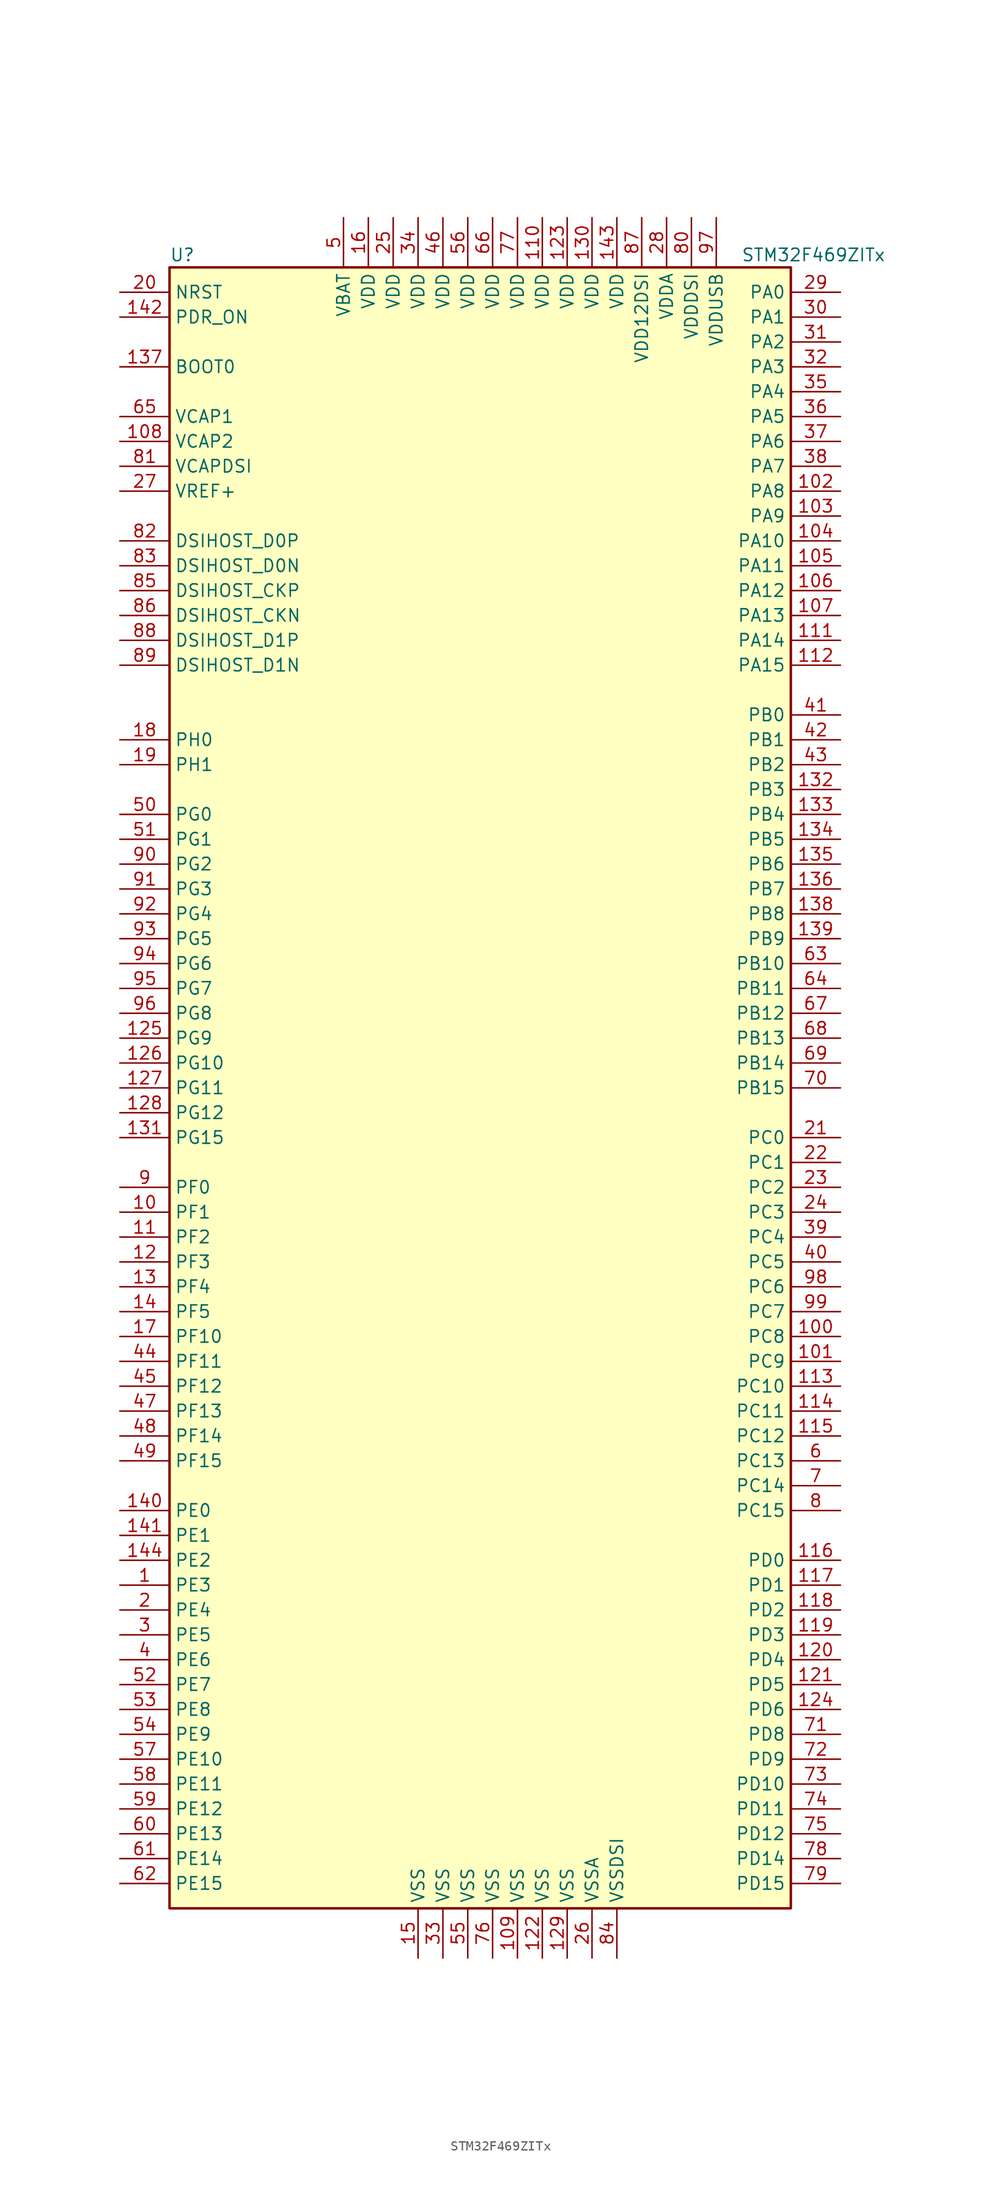
<source format=kicad_sym>
(kicad_symbol_lib
  (version 20201005)
  (generator kicad_symbol_editor)
  (symbol "STM32F469ZITx"
    (property "Reference" "U"
      (at -33.02 85.09 0)
      (effects (font (size 1.27 1.27)) (justify left)))
    (property "Value" "STM32F469ZITx"
      (at 25.4 85.09 0)
      (effects (font (size 1.27 1.27)) (justify left)))
    (symbol "STM32F469ZITx_0_1"
      (rectangle (start -33.02 -83.82) (end 30.48 83.82) (stroke (width 0.254)) (fill (type background))))
    (symbol "STM32F469ZITx_1_1"
      (pin bidirectional line (at -38.1 -50.8 0) (length 5.08) (name "PE3" (effects (font (size 1.27 1.27)))) (number "1" (effects (font (size 1.27 1.27)))))
      (pin bidirectional line (at -38.1 -12.7 0) (length 5.08) (name "PF1" (effects (font (size 1.27 1.27)))) (number "10" (effects (font (size 1.27 1.27)))))
      (pin bidirectional line (at 35.56 -25.4 180) (length 5.08) (name "PC8" (effects (font (size 1.27 1.27)))) (number "100" (effects (font (size 1.27 1.27)))))
      (pin bidirectional line (at 35.56 -27.94 180) (length 5.08) (name "PC9" (effects (font (size 1.27 1.27)))) (number "101" (effects (font (size 1.27 1.27)))))
      (pin bidirectional line (at 35.56 60.96 180) (length 5.08) (name "PA8" (effects (font (size 1.27 1.27)))) (number "102" (effects (font (size 1.27 1.27)))))
      (pin bidirectional line (at 35.56 58.42 180) (length 5.08) (name "PA9" (effects (font (size 1.27 1.27)))) (number "103" (effects (font (size 1.27 1.27)))))
      (pin bidirectional line (at 35.56 55.88 180) (length 5.08) (name "PA10" (effects (font (size 1.27 1.27)))) (number "104" (effects (font (size 1.27 1.27)))))
      (pin bidirectional line (at 35.56 53.34 180) (length 5.08) (name "PA11" (effects (font (size 1.27 1.27)))) (number "105" (effects (font (size 1.27 1.27)))))
      (pin bidirectional line (at 35.56 50.8 180) (length 5.08) (name "PA12" (effects (font (size 1.27 1.27)))) (number "106" (effects (font (size 1.27 1.27)))))
      (pin bidirectional line (at 35.56 48.26 180) (length 5.08) (name "PA13" (effects (font (size 1.27 1.27)))) (number "107" (effects (font (size 1.27 1.27)))))
      (pin power_in line (at -38.1 66.04 0) (length 5.08) (name "VCAP2" (effects (font (size 1.27 1.27)))) (number "108" (effects (font (size 1.27 1.27)))))
      (pin power_in line (at 2.54 -88.9 90) (length 5.08) (name "VSS" (effects (font (size 1.27 1.27)))) (number "109" (effects (font (size 1.27 1.27)))))
      (pin bidirectional line (at -38.1 -15.24 0) (length 5.08) (name "PF2" (effects (font (size 1.27 1.27)))) (number "11" (effects (font (size 1.27 1.27)))))
      (pin power_in line (at 5.08 88.9 270) (length 5.08) (name "VDD" (effects (font (size 1.27 1.27)))) (number "110" (effects (font (size 1.27 1.27)))))
      (pin bidirectional line (at 35.56 45.72 180) (length 5.08) (name "PA14" (effects (font (size 1.27 1.27)))) (number "111" (effects (font (size 1.27 1.27)))))
      (pin bidirectional line (at 35.56 43.18 180) (length 5.08) (name "PA15" (effects (font (size 1.27 1.27)))) (number "112" (effects (font (size 1.27 1.27)))))
      (pin bidirectional line (at 35.56 -30.48 180) (length 5.08) (name "PC10" (effects (font (size 1.27 1.27)))) (number "113" (effects (font (size 1.27 1.27)))))
      (pin bidirectional line (at 35.56 -33.02 180) (length 5.08) (name "PC11" (effects (font (size 1.27 1.27)))) (number "114" (effects (font (size 1.27 1.27)))))
      (pin bidirectional line (at 35.56 -35.56 180) (length 5.08) (name "PC12" (effects (font (size 1.27 1.27)))) (number "115" (effects (font (size 1.27 1.27)))))
      (pin bidirectional line (at 35.56 -48.26 180) (length 5.08) (name "PD0" (effects (font (size 1.27 1.27)))) (number "116" (effects (font (size 1.27 1.27)))))
      (pin bidirectional line (at 35.56 -50.8 180) (length 5.08) (name "PD1" (effects (font (size 1.27 1.27)))) (number "117" (effects (font (size 1.27 1.27)))))
      (pin bidirectional line (at 35.56 -53.34 180) (length 5.08) (name "PD2" (effects (font (size 1.27 1.27)))) (number "118" (effects (font (size 1.27 1.27)))))
      (pin bidirectional line (at 35.56 -55.88 180) (length 5.08) (name "PD3" (effects (font (size 1.27 1.27)))) (number "119" (effects (font (size 1.27 1.27)))))
      (pin bidirectional line (at -38.1 -17.78 0) (length 5.08) (name "PF3" (effects (font (size 1.27 1.27)))) (number "12" (effects (font (size 1.27 1.27)))))
      (pin bidirectional line (at 35.56 -58.42 180) (length 5.08) (name "PD4" (effects (font (size 1.27 1.27)))) (number "120" (effects (font (size 1.27 1.27)))))
      (pin bidirectional line (at 35.56 -60.96 180) (length 5.08) (name "PD5" (effects (font (size 1.27 1.27)))) (number "121" (effects (font (size 1.27 1.27)))))
      (pin power_in line (at 5.08 -88.9 90) (length 5.08) (name "VSS" (effects (font (size 1.27 1.27)))) (number "122" (effects (font (size 1.27 1.27)))))
      (pin power_in line (at 7.62 88.9 270) (length 5.08) (name "VDD" (effects (font (size 1.27 1.27)))) (number "123" (effects (font (size 1.27 1.27)))))
      (pin bidirectional line (at 35.56 -63.5 180) (length 5.08) (name "PD6" (effects (font (size 1.27 1.27)))) (number "124" (effects (font (size 1.27 1.27)))))
      (pin bidirectional line (at -38.1 5.08 0) (length 5.08) (name "PG9" (effects (font (size 1.27 1.27)))) (number "125" (effects (font (size 1.27 1.27)))))
      (pin bidirectional line (at -38.1 2.54 0) (length 5.08) (name "PG10" (effects (font (size 1.27 1.27)))) (number "126" (effects (font (size 1.27 1.27)))))
      (pin bidirectional line (at -38.1 0 0) (length 5.08) (name "PG11" (effects (font (size 1.27 1.27)))) (number "127" (effects (font (size 1.27 1.27)))))
      (pin bidirectional line (at -38.1 -2.54 0) (length 5.08) (name "PG12" (effects (font (size 1.27 1.27)))) (number "128" (effects (font (size 1.27 1.27)))))
      (pin power_in line (at 7.62 -88.9 90) (length 5.08) (name "VSS" (effects (font (size 1.27 1.27)))) (number "129" (effects (font (size 1.27 1.27)))))
      (pin bidirectional line (at -38.1 -20.32 0) (length 5.08) (name "PF4" (effects (font (size 1.27 1.27)))) (number "13" (effects (font (size 1.27 1.27)))))
      (pin power_in line (at 10.16 88.9 270) (length 5.08) (name "VDD" (effects (font (size 1.27 1.27)))) (number "130" (effects (font (size 1.27 1.27)))))
      (pin bidirectional line (at -38.1 -5.08 0) (length 5.08) (name "PG15" (effects (font (size 1.27 1.27)))) (number "131" (effects (font (size 1.27 1.27)))))
      (pin bidirectional line (at 35.56 30.48 180) (length 5.08) (name "PB3" (effects (font (size 1.27 1.27)))) (number "132" (effects (font (size 1.27 1.27)))))
      (pin bidirectional line (at 35.56 27.94 180) (length 5.08) (name "PB4" (effects (font (size 1.27 1.27)))) (number "133" (effects (font (size 1.27 1.27)))))
      (pin bidirectional line (at 35.56 25.4 180) (length 5.08) (name "PB5" (effects (font (size 1.27 1.27)))) (number "134" (effects (font (size 1.27 1.27)))))
      (pin bidirectional line (at 35.56 22.86 180) (length 5.08) (name "PB6" (effects (font (size 1.27 1.27)))) (number "135" (effects (font (size 1.27 1.27)))))
      (pin bidirectional line (at 35.56 20.32 180) (length 5.08) (name "PB7" (effects (font (size 1.27 1.27)))) (number "136" (effects (font (size 1.27 1.27)))))
      (pin input line (at -38.1 73.66 0) (length 5.08) (name "BOOT0" (effects (font (size 1.27 1.27)))) (number "137" (effects (font (size 1.27 1.27)))))
      (pin bidirectional line (at 35.56 17.78 180) (length 5.08) (name "PB8" (effects (font (size 1.27 1.27)))) (number "138" (effects (font (size 1.27 1.27)))))
      (pin bidirectional line (at 35.56 15.24 180) (length 5.08) (name "PB9" (effects (font (size 1.27 1.27)))) (number "139" (effects (font (size 1.27 1.27)))))
      (pin bidirectional line (at -38.1 -22.86 0) (length 5.08) (name "PF5" (effects (font (size 1.27 1.27)))) (number "14" (effects (font (size 1.27 1.27)))))
      (pin bidirectional line (at -38.1 -43.18 0) (length 5.08) (name "PE0" (effects (font (size 1.27 1.27)))) (number "140" (effects (font (size 1.27 1.27)))))
      (pin bidirectional line (at -38.1 -45.72 0) (length 5.08) (name "PE1" (effects (font (size 1.27 1.27)))) (number "141" (effects (font (size 1.27 1.27)))))
      (pin input line (at -38.1 78.74 0) (length 5.08) (name "PDR_ON" (effects (font (size 1.27 1.27)))) (number "142" (effects (font (size 1.27 1.27)))))
      (pin power_in line (at 12.7 88.9 270) (length 5.08) (name "VDD" (effects (font (size 1.27 1.27)))) (number "143" (effects (font (size 1.27 1.27)))))
      (pin bidirectional line (at -38.1 -48.26 0) (length 5.08) (name "PE2" (effects (font (size 1.27 1.27)))) (number "144" (effects (font (size 1.27 1.27)))))
      (pin power_in line (at -7.62 -88.9 90) (length 5.08) (name "VSS" (effects (font (size 1.27 1.27)))) (number "15" (effects (font (size 1.27 1.27)))))
      (pin power_in line (at -12.7 88.9 270) (length 5.08) (name "VDD" (effects (font (size 1.27 1.27)))) (number "16" (effects (font (size 1.27 1.27)))))
      (pin bidirectional line (at -38.1 -25.4 0) (length 5.08) (name "PF10" (effects (font (size 1.27 1.27)))) (number "17" (effects (font (size 1.27 1.27)))))
      (pin input line (at -38.1 35.56 0) (length 5.08) (name "PH0" (effects (font (size 1.27 1.27)))) (number "18" (effects (font (size 1.27 1.27)))))
      (pin input line (at -38.1 33.02 0) (length 5.08) (name "PH1" (effects (font (size 1.27 1.27)))) (number "19" (effects (font (size 1.27 1.27)))))
      (pin bidirectional line (at -38.1 -53.34 0) (length 5.08) (name "PE4" (effects (font (size 1.27 1.27)))) (number "2" (effects (font (size 1.27 1.27)))))
      (pin input line (at -38.1 81.28 0) (length 5.08) (name "NRST" (effects (font (size 1.27 1.27)))) (number "20" (effects (font (size 1.27 1.27)))))
      (pin bidirectional line (at 35.56 -5.08 180) (length 5.08) (name "PC0" (effects (font (size 1.27 1.27)))) (number "21" (effects (font (size 1.27 1.27)))))
      (pin bidirectional line (at 35.56 -7.62 180) (length 5.08) (name "PC1" (effects (font (size 1.27 1.27)))) (number "22" (effects (font (size 1.27 1.27)))))
      (pin bidirectional line (at 35.56 -10.16 180) (length 5.08) (name "PC2" (effects (font (size 1.27 1.27)))) (number "23" (effects (font (size 1.27 1.27)))))
      (pin bidirectional line (at 35.56 -12.7 180) (length 5.08) (name "PC3" (effects (font (size 1.27 1.27)))) (number "24" (effects (font (size 1.27 1.27)))))
      (pin power_in line (at -10.16 88.9 270) (length 5.08) (name "VDD" (effects (font (size 1.27 1.27)))) (number "25" (effects (font (size 1.27 1.27)))))
      (pin power_in line (at 10.16 -88.9 90) (length 5.08) (name "VSSA" (effects (font (size 1.27 1.27)))) (number "26" (effects (font (size 1.27 1.27)))))
      (pin power_in line (at -38.1 60.96 0) (length 5.08) (name "VREF+" (effects (font (size 1.27 1.27)))) (number "27" (effects (font (size 1.27 1.27)))))
      (pin power_in line (at 17.78 88.9 270) (length 5.08) (name "VDDA" (effects (font (size 1.27 1.27)))) (number "28" (effects (font (size 1.27 1.27)))))
      (pin bidirectional line (at 35.56 81.28 180) (length 5.08) (name "PA0" (effects (font (size 1.27 1.27)))) (number "29" (effects (font (size 1.27 1.27)))))
      (pin bidirectional line (at -38.1 -55.88 0) (length 5.08) (name "PE5" (effects (font (size 1.27 1.27)))) (number "3" (effects (font (size 1.27 1.27)))))
      (pin bidirectional line (at 35.56 78.74 180) (length 5.08) (name "PA1" (effects (font (size 1.27 1.27)))) (number "30" (effects (font (size 1.27 1.27)))))
      (pin bidirectional line (at 35.56 76.2 180) (length 5.08) (name "PA2" (effects (font (size 1.27 1.27)))) (number "31" (effects (font (size 1.27 1.27)))))
      (pin bidirectional line (at 35.56 73.66 180) (length 5.08) (name "PA3" (effects (font (size 1.27 1.27)))) (number "32" (effects (font (size 1.27 1.27)))))
      (pin power_in line (at -5.08 -88.9 90) (length 5.08) (name "VSS" (effects (font (size 1.27 1.27)))) (number "33" (effects (font (size 1.27 1.27)))))
      (pin power_in line (at -7.62 88.9 270) (length 5.08) (name "VDD" (effects (font (size 1.27 1.27)))) (number "34" (effects (font (size 1.27 1.27)))))
      (pin bidirectional line (at 35.56 71.12 180) (length 5.08) (name "PA4" (effects (font (size 1.27 1.27)))) (number "35" (effects (font (size 1.27 1.27)))))
      (pin bidirectional line (at 35.56 68.58 180) (length 5.08) (name "PA5" (effects (font (size 1.27 1.27)))) (number "36" (effects (font (size 1.27 1.27)))))
      (pin bidirectional line (at 35.56 66.04 180) (length 5.08) (name "PA6" (effects (font (size 1.27 1.27)))) (number "37" (effects (font (size 1.27 1.27)))))
      (pin bidirectional line (at 35.56 63.5 180) (length 5.08) (name "PA7" (effects (font (size 1.27 1.27)))) (number "38" (effects (font (size 1.27 1.27)))))
      (pin bidirectional line (at 35.56 -15.24 180) (length 5.08) (name "PC4" (effects (font (size 1.27 1.27)))) (number "39" (effects (font (size 1.27 1.27)))))
      (pin bidirectional line (at -38.1 -58.42 0) (length 5.08) (name "PE6" (effects (font (size 1.27 1.27)))) (number "4" (effects (font (size 1.27 1.27)))))
      (pin bidirectional line (at 35.56 -17.78 180) (length 5.08) (name "PC5" (effects (font (size 1.27 1.27)))) (number "40" (effects (font (size 1.27 1.27)))))
      (pin bidirectional line (at 35.56 38.1 180) (length 5.08) (name "PB0" (effects (font (size 1.27 1.27)))) (number "41" (effects (font (size 1.27 1.27)))))
      (pin bidirectional line (at 35.56 35.56 180) (length 5.08) (name "PB1" (effects (font (size 1.27 1.27)))) (number "42" (effects (font (size 1.27 1.27)))))
      (pin bidirectional line (at 35.56 33.02 180) (length 5.08) (name "PB2" (effects (font (size 1.27 1.27)))) (number "43" (effects (font (size 1.27 1.27)))))
      (pin bidirectional line (at -38.1 -27.94 0) (length 5.08) (name "PF11" (effects (font (size 1.27 1.27)))) (number "44" (effects (font (size 1.27 1.27)))))
      (pin bidirectional line (at -38.1 -30.48 0) (length 5.08) (name "PF12" (effects (font (size 1.27 1.27)))) (number "45" (effects (font (size 1.27 1.27)))))
      (pin power_in line (at -5.08 88.9 270) (length 5.08) (name "VDD" (effects (font (size 1.27 1.27)))) (number "46" (effects (font (size 1.27 1.27)))))
      (pin bidirectional line (at -38.1 -33.02 0) (length 5.08) (name "PF13" (effects (font (size 1.27 1.27)))) (number "47" (effects (font (size 1.27 1.27)))))
      (pin bidirectional line (at -38.1 -35.56 0) (length 5.08) (name "PF14" (effects (font (size 1.27 1.27)))) (number "48" (effects (font (size 1.27 1.27)))))
      (pin bidirectional line (at -38.1 -38.1 0) (length 5.08) (name "PF15" (effects (font (size 1.27 1.27)))) (number "49" (effects (font (size 1.27 1.27)))))
      (pin power_in line (at -15.24 88.9 270) (length 5.08) (name "VBAT" (effects (font (size 1.27 1.27)))) (number "5" (effects (font (size 1.27 1.27)))))
      (pin bidirectional line (at -38.1 27.94 0) (length 5.08) (name "PG0" (effects (font (size 1.27 1.27)))) (number "50" (effects (font (size 1.27 1.27)))))
      (pin bidirectional line (at -38.1 25.4 0) (length 5.08) (name "PG1" (effects (font (size 1.27 1.27)))) (number "51" (effects (font (size 1.27 1.27)))))
      (pin bidirectional line (at -38.1 -60.96 0) (length 5.08) (name "PE7" (effects (font (size 1.27 1.27)))) (number "52" (effects (font (size 1.27 1.27)))))
      (pin bidirectional line (at -38.1 -63.5 0) (length 5.08) (name "PE8" (effects (font (size 1.27 1.27)))) (number "53" (effects (font (size 1.27 1.27)))))
      (pin bidirectional line (at -38.1 -66.04 0) (length 5.08) (name "PE9" (effects (font (size 1.27 1.27)))) (number "54" (effects (font (size 1.27 1.27)))))
      (pin power_in line (at -2.54 -88.9 90) (length 5.08) (name "VSS" (effects (font (size 1.27 1.27)))) (number "55" (effects (font (size 1.27 1.27)))))
      (pin power_in line (at -2.54 88.9 270) (length 5.08) (name "VDD" (effects (font (size 1.27 1.27)))) (number "56" (effects (font (size 1.27 1.27)))))
      (pin bidirectional line (at -38.1 -68.58 0) (length 5.08) (name "PE10" (effects (font (size 1.27 1.27)))) (number "57" (effects (font (size 1.27 1.27)))))
      (pin bidirectional line (at -38.1 -71.12 0) (length 5.08) (name "PE11" (effects (font (size 1.27 1.27)))) (number "58" (effects (font (size 1.27 1.27)))))
      (pin bidirectional line (at -38.1 -73.66 0) (length 5.08) (name "PE12" (effects (font (size 1.27 1.27)))) (number "59" (effects (font (size 1.27 1.27)))))
      (pin bidirectional line (at 35.56 -38.1 180) (length 5.08) (name "PC13" (effects (font (size 1.27 1.27)))) (number "6" (effects (font (size 1.27 1.27)))))
      (pin bidirectional line (at -38.1 -76.2 0) (length 5.08) (name "PE13" (effects (font (size 1.27 1.27)))) (number "60" (effects (font (size 1.27 1.27)))))
      (pin bidirectional line (at -38.1 -78.74 0) (length 5.08) (name "PE14" (effects (font (size 1.27 1.27)))) (number "61" (effects (font (size 1.27 1.27)))))
      (pin bidirectional line (at -38.1 -81.28 0) (length 5.08) (name "PE15" (effects (font (size 1.27 1.27)))) (number "62" (effects (font (size 1.27 1.27)))))
      (pin bidirectional line (at 35.56 12.7 180) (length 5.08) (name "PB10" (effects (font (size 1.27 1.27)))) (number "63" (effects (font (size 1.27 1.27)))))
      (pin bidirectional line (at 35.56 10.16 180) (length 5.08) (name "PB11" (effects (font (size 1.27 1.27)))) (number "64" (effects (font (size 1.27 1.27)))))
      (pin power_in line (at -38.1 68.58 0) (length 5.08) (name "VCAP1" (effects (font (size 1.27 1.27)))) (number "65" (effects (font (size 1.27 1.27)))))
      (pin power_in line (at 0 88.9 270) (length 5.08) (name "VDD" (effects (font (size 1.27 1.27)))) (number "66" (effects (font (size 1.27 1.27)))))
      (pin bidirectional line (at 35.56 7.62 180) (length 5.08) (name "PB12" (effects (font (size 1.27 1.27)))) (number "67" (effects (font (size 1.27 1.27)))))
      (pin bidirectional line (at 35.56 5.08 180) (length 5.08) (name "PB13" (effects (font (size 1.27 1.27)))) (number "68" (effects (font (size 1.27 1.27)))))
      (pin bidirectional line (at 35.56 2.54 180) (length 5.08) (name "PB14" (effects (font (size 1.27 1.27)))) (number "69" (effects (font (size 1.27 1.27)))))
      (pin bidirectional line (at 35.56 -40.64 180) (length 5.08) (name "PC14" (effects (font (size 1.27 1.27)))) (number "7" (effects (font (size 1.27 1.27)))))
      (pin bidirectional line (at 35.56 0 180) (length 5.08) (name "PB15" (effects (font (size 1.27 1.27)))) (number "70" (effects (font (size 1.27 1.27)))))
      (pin bidirectional line (at 35.56 -66.04 180) (length 5.08) (name "PD8" (effects (font (size 1.27 1.27)))) (number "71" (effects (font (size 1.27 1.27)))))
      (pin bidirectional line (at 35.56 -68.58 180) (length 5.08) (name "PD9" (effects (font (size 1.27 1.27)))) (number "72" (effects (font (size 1.27 1.27)))))
      (pin bidirectional line (at 35.56 -71.12 180) (length 5.08) (name "PD10" (effects (font (size 1.27 1.27)))) (number "73" (effects (font (size 1.27 1.27)))))
      (pin bidirectional line (at 35.56 -73.66 180) (length 5.08) (name "PD11" (effects (font (size 1.27 1.27)))) (number "74" (effects (font (size 1.27 1.27)))))
      (pin bidirectional line (at 35.56 -76.2 180) (length 5.08) (name "PD12" (effects (font (size 1.27 1.27)))) (number "75" (effects (font (size 1.27 1.27)))))
      (pin power_in line (at 0 -88.9 90) (length 5.08) (name "VSS" (effects (font (size 1.27 1.27)))) (number "76" (effects (font (size 1.27 1.27)))))
      (pin power_in line (at 2.54 88.9 270) (length 5.08) (name "VDD" (effects (font (size 1.27 1.27)))) (number "77" (effects (font (size 1.27 1.27)))))
      (pin bidirectional line (at 35.56 -78.74 180) (length 5.08) (name "PD14" (effects (font (size 1.27 1.27)))) (number "78" (effects (font (size 1.27 1.27)))))
      (pin bidirectional line (at 35.56 -81.28 180) (length 5.08) (name "PD15" (effects (font (size 1.27 1.27)))) (number "79" (effects (font (size 1.27 1.27)))))
      (pin bidirectional line (at 35.56 -43.18 180) (length 5.08) (name "PC15" (effects (font (size 1.27 1.27)))) (number "8" (effects (font (size 1.27 1.27)))))
      (pin power_in line (at 20.32 88.9 270) (length 5.08) (name "VDDDSI" (effects (font (size 1.27 1.27)))) (number "80" (effects (font (size 1.27 1.27)))))
      (pin power_in line (at -38.1 63.5 0) (length 5.08) (name "VCAPDSI" (effects (font (size 1.27 1.27)))) (number "81" (effects (font (size 1.27 1.27)))))
      (pin bidirectional line (at -38.1 55.88 0) (length 5.08) (name "DSIHOST_D0P" (effects (font (size 1.27 1.27)))) (number "82" (effects (font (size 1.27 1.27)))))
      (pin bidirectional line (at -38.1 53.34 0) (length 5.08) (name "DSIHOST_D0N" (effects (font (size 1.27 1.27)))) (number "83" (effects (font (size 1.27 1.27)))))
      (pin power_in line (at 12.7 -88.9 90) (length 5.08) (name "VSSDSI" (effects (font (size 1.27 1.27)))) (number "84" (effects (font (size 1.27 1.27)))))
      (pin bidirectional line (at -38.1 50.8 0) (length 5.08) (name "DSIHOST_CKP" (effects (font (size 1.27 1.27)))) (number "85" (effects (font (size 1.27 1.27)))))
      (pin bidirectional line (at -38.1 48.26 0) (length 5.08) (name "DSIHOST_CKN" (effects (font (size 1.27 1.27)))) (number "86" (effects (font (size 1.27 1.27)))))
      (pin power_in line (at 15.24 88.9 270) (length 5.08) (name "VDD12DSI" (effects (font (size 1.27 1.27)))) (number "87" (effects (font (size 1.27 1.27)))))
      (pin bidirectional line (at -38.1 45.72 0) (length 5.08) (name "DSIHOST_D1P" (effects (font (size 1.27 1.27)))) (number "88" (effects (font (size 1.27 1.27)))))
      (pin bidirectional line (at -38.1 43.18 0) (length 5.08) (name "DSIHOST_D1N" (effects (font (size 1.27 1.27)))) (number "89" (effects (font (size 1.27 1.27)))))
      (pin bidirectional line (at -38.1 -10.16 0) (length 5.08) (name "PF0" (effects (font (size 1.27 1.27)))) (number "9" (effects (font (size 1.27 1.27)))))
      (pin bidirectional line (at -38.1 22.86 0) (length 5.08) (name "PG2" (effects (font (size 1.27 1.27)))) (number "90" (effects (font (size 1.27 1.27)))))
      (pin bidirectional line (at -38.1 20.32 0) (length 5.08) (name "PG3" (effects (font (size 1.27 1.27)))) (number "91" (effects (font (size 1.27 1.27)))))
      (pin bidirectional line (at -38.1 17.78 0) (length 5.08) (name "PG4" (effects (font (size 1.27 1.27)))) (number "92" (effects (font (size 1.27 1.27)))))
      (pin bidirectional line (at -38.1 15.24 0) (length 5.08) (name "PG5" (effects (font (size 1.27 1.27)))) (number "93" (effects (font (size 1.27 1.27)))))
      (pin bidirectional line (at -38.1 12.7 0) (length 5.08) (name "PG6" (effects (font (size 1.27 1.27)))) (number "94" (effects (font (size 1.27 1.27)))))
      (pin bidirectional line (at -38.1 10.16 0) (length 5.08) (name "PG7" (effects (font (size 1.27 1.27)))) (number "95" (effects (font (size 1.27 1.27)))))
      (pin bidirectional line (at -38.1 7.62 0) (length 5.08) (name "PG8" (effects (font (size 1.27 1.27)))) (number "96" (effects (font (size 1.27 1.27)))))
      (pin power_in line (at 22.86 88.9 270) (length 5.08) (name "VDDUSB" (effects (font (size 1.27 1.27)))) (number "97" (effects (font (size 1.27 1.27)))))
      (pin bidirectional line (at 35.56 -20.32 180) (length 5.08) (name "PC6" (effects (font (size 1.27 1.27)))) (number "98" (effects (font (size 1.27 1.27)))))
      (pin bidirectional line (at 35.56 -22.86 180) (length 5.08) (name "PC7" (effects (font (size 1.27 1.27)))) (number "99" (effects (font (size 1.27 1.27))))))))
</source>
